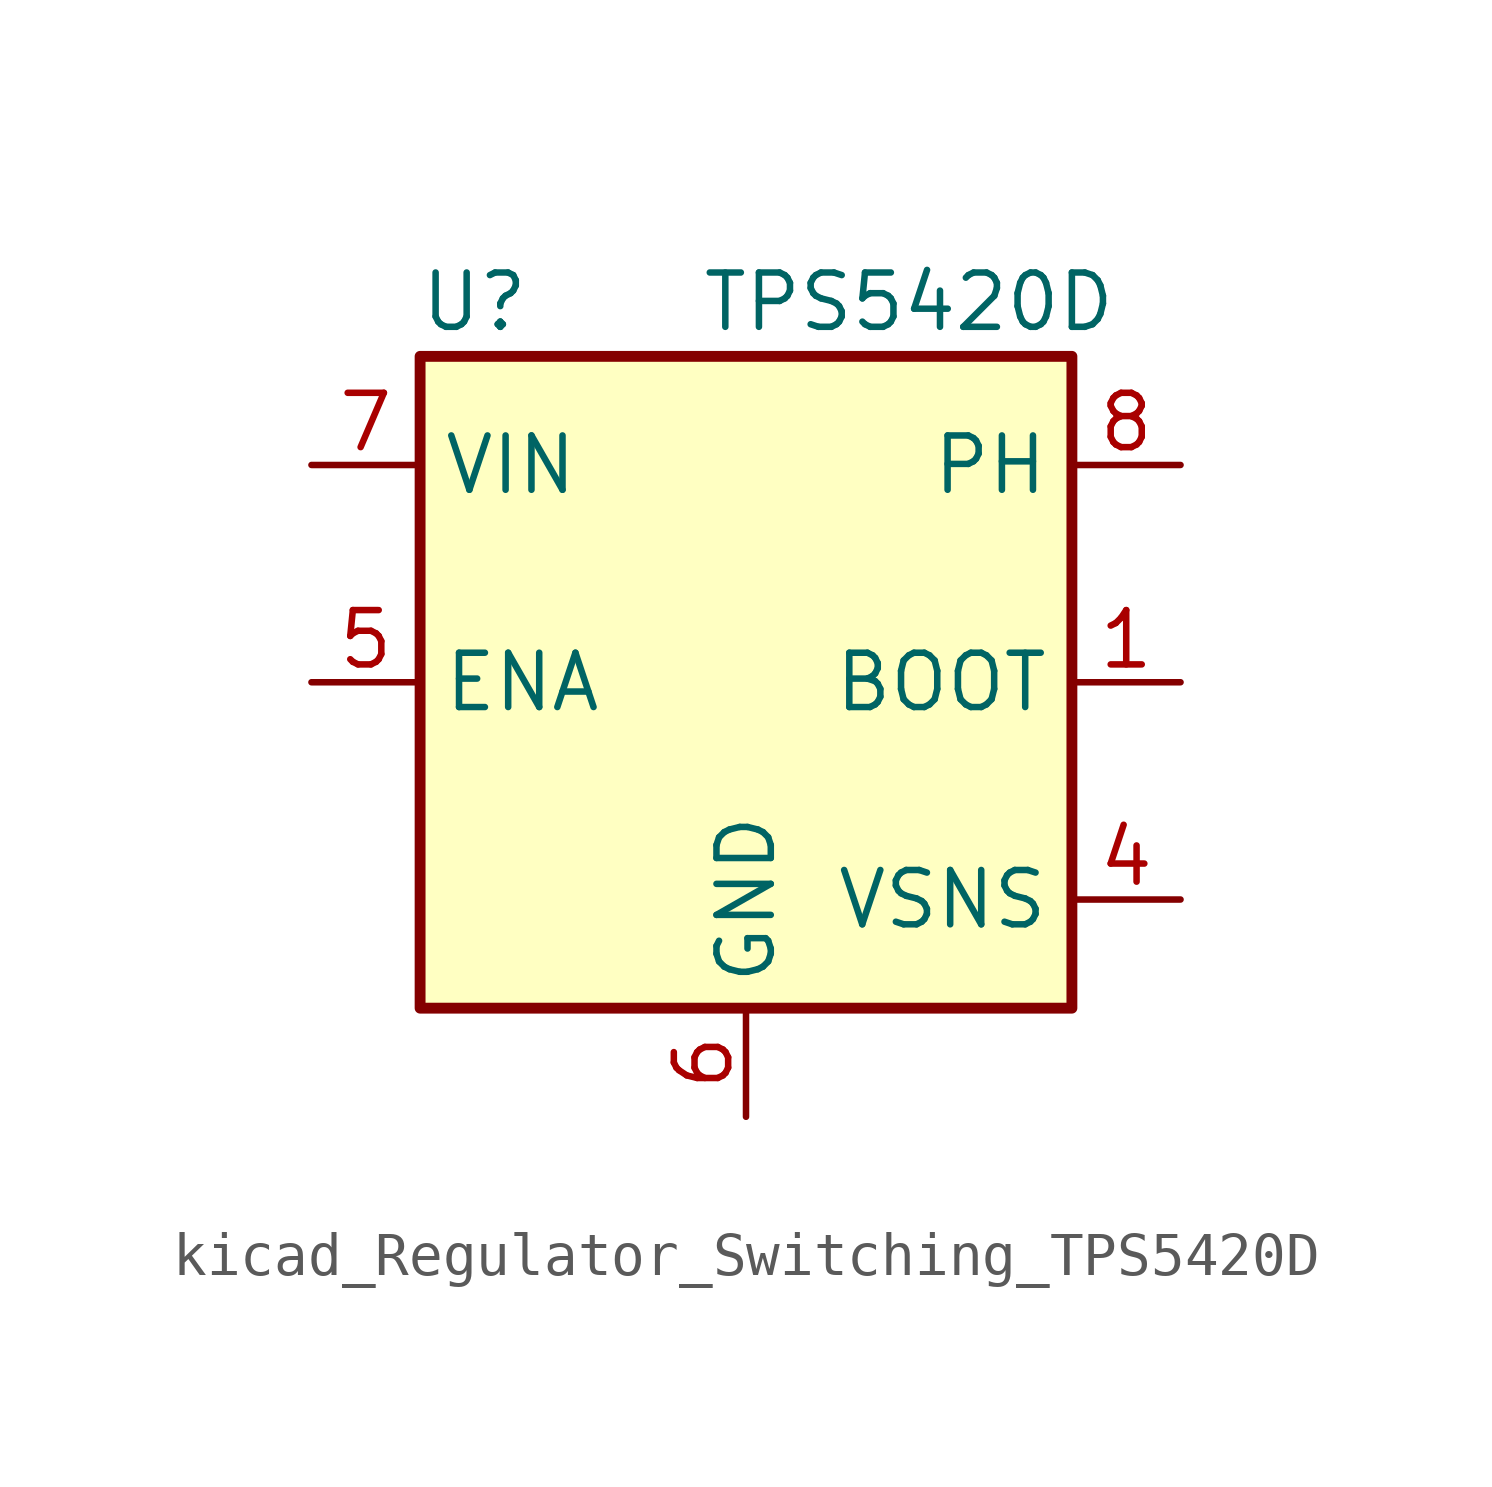
<source format=kicad_sym>
(kicad_symbol_lib
  (version 20220914)
  (generator kicad_symbol_editor)
  (symbol "kicad_Regulator_Switching_TPS5420D"
    (property "Reference" "U"
      (at -6.35 8.89 0)
      (effects (font (size 1.27 1.27))))
    (property "Value" "TPS5420D"
      (at 3.81 8.89 0)
      (effects (font (size 1.27 1.27))))
    (symbol "kicad_Regulator_Switching_TPS5420D_0_1"
      (rectangle (start -7.62 7.62) (end 7.62 -7.62) (stroke (width 0.254) (type default)) (fill (type background))))
    (symbol "kicad_Regulator_Switching_TPS5420D_1_1"
      (pin input line (at 10.16 0 180) (length 2.54) (name "BOOT" (effects (font (size 1.27 1.27)))) (number "1" (effects (font (size 1.27 1.27)))))
      (pin no_connect line (at -7.62 -2.54 0) (length 2.54) hide (name "NC" (effects (font (size 1.27 1.27)))) (number "2" (effects (font (size 1.27 1.27)))))
      (pin no_connect line (at -7.62 -5.08 0) (length 2.54) hide (name "NC" (effects (font (size 1.27 1.27)))) (number "3" (effects (font (size 1.27 1.27)))))
      (pin input line (at 10.16 -5.08 180) (length 2.54) (name "VSNS" (effects (font (size 1.27 1.27)))) (number "4" (effects (font (size 1.27 1.27)))))
      (pin input line (at -10.16 0 0) (length 2.54) (name "ENA" (effects (font (size 1.27 1.27)))) (number "5" (effects (font (size 1.27 1.27)))))
      (pin power_in line (at 0 -10.16 90) (length 2.54) (name "GND" (effects (font (size 1.27 1.27)))) (number "6" (effects (font (size 1.27 1.27)))))
      (pin power_in line (at -10.16 5.08 0) (length 2.54) (name "VIN" (effects (font (size 1.27 1.27)))) (number "7" (effects (font (size 1.27 1.27)))))
      (pin power_out line (at 10.16 5.08 180) (length 2.54) (name "PH" (effects (font (size 1.27 1.27)))) (number "8" (effects (font (size 1.27 1.27))))))))
</source>
